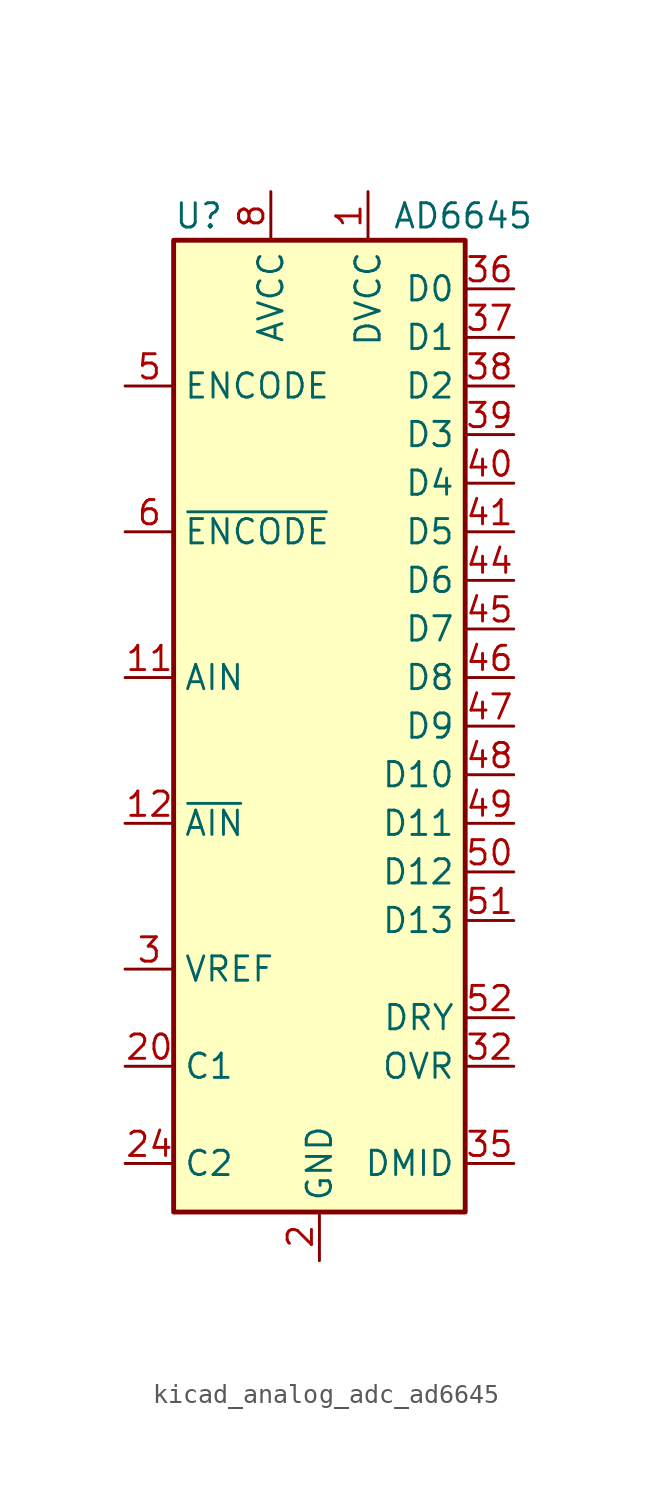
<source format=kicad_sym>
(kicad_symbol_lib
  (version 20220914)
  (generator kicad_symbol_editor)
  (symbol "kicad_analog_adc_ad6645"
    (property "Reference" "U"
      (at -7.62 26.67 0)
      (effects (font (size 1.27 1.27)) (justify left)))
    (property "Value" "AD6645"
      (at 3.81 26.67 0)
      (effects (font (size 1.27 1.27)) (justify left)))
    (symbol "kicad_analog_adc_ad6645_0_1"
      (rectangle (start -7.62 25.4) (end 7.62 -25.4) (stroke (width 0.254) (type default)) (fill (type background))))
    (symbol "kicad_analog_adc_ad6645_1_1"
      (pin power_in line (at 2.54 27.94 270) (length 2.54) (name "DVCC" (effects (font (size 1.27 1.27)))) (number "1" (effects (font (size 1.27 1.27)))))
      (pin passive line (at 0 -27.94 90) (length 2.54) hide (name "GND" (effects (font (size 1.27 1.27)))) (number "10" (effects (font (size 1.27 1.27)))))
      (pin input line (at -10.16 2.54 0) (length 2.54) (name "AIN" (effects (font (size 1.27 1.27)))) (number "11" (effects (font (size 1.27 1.27)))))
      (pin input line (at -10.16 -5.08 0) (length 2.54) (name "~{AIN}" (effects (font (size 1.27 1.27)))) (number "12" (effects (font (size 1.27 1.27)))))
      (pin passive line (at 0 -27.94 90) (length 2.54) hide (name "GND" (effects (font (size 1.27 1.27)))) (number "13" (effects (font (size 1.27 1.27)))))
      (pin passive line (at -2.54 27.94 270) (length 2.54) hide (name "AVCC" (effects (font (size 1.27 1.27)))) (number "14" (effects (font (size 1.27 1.27)))))
      (pin passive line (at 0 -27.94 90) (length 2.54) hide (name "GND" (effects (font (size 1.27 1.27)))) (number "15" (effects (font (size 1.27 1.27)))))
      (pin passive line (at -2.54 27.94 270) (length 2.54) hide (name "AVCC" (effects (font (size 1.27 1.27)))) (number "16" (effects (font (size 1.27 1.27)))))
      (pin passive line (at 0 -27.94 90) (length 2.54) hide (name "GND" (effects (font (size 1.27 1.27)))) (number "17" (effects (font (size 1.27 1.27)))))
      (pin passive line (at -2.54 27.94 270) (length 2.54) hide (name "AVCC" (effects (font (size 1.27 1.27)))) (number "18" (effects (font (size 1.27 1.27)))))
      (pin passive line (at 0 -27.94 90) (length 2.54) hide (name "GND" (effects (font (size 1.27 1.27)))) (number "19" (effects (font (size 1.27 1.27)))))
      (pin power_in line (at 0 -27.94 90) (length 2.54) (name "GND" (effects (font (size 1.27 1.27)))) (number "2" (effects (font (size 1.27 1.27)))))
      (pin passive line (at -10.16 -17.78 0) (length 2.54) (name "C1" (effects (font (size 1.27 1.27)))) (number "20" (effects (font (size 1.27 1.27)))))
      (pin passive line (at 0 -27.94 90) (length 2.54) hide (name "GND" (effects (font (size 1.27 1.27)))) (number "21" (effects (font (size 1.27 1.27)))))
      (pin passive line (at -2.54 27.94 270) (length 2.54) hide (name "AVCC" (effects (font (size 1.27 1.27)))) (number "22" (effects (font (size 1.27 1.27)))))
      (pin passive line (at 0 -27.94 90) (length 2.54) hide (name "GND" (effects (font (size 1.27 1.27)))) (number "23" (effects (font (size 1.27 1.27)))))
      (pin passive line (at -10.16 -22.86 0) (length 2.54) (name "C2" (effects (font (size 1.27 1.27)))) (number "24" (effects (font (size 1.27 1.27)))))
      (pin passive line (at 0 -27.94 90) (length 2.54) hide (name "GND" (effects (font (size 1.27 1.27)))) (number "25" (effects (font (size 1.27 1.27)))))
      (pin passive line (at -2.54 27.94 270) (length 2.54) hide (name "AVCC" (effects (font (size 1.27 1.27)))) (number "26" (effects (font (size 1.27 1.27)))))
      (pin passive line (at 0 -27.94 90) (length 2.54) hide (name "GND" (effects (font (size 1.27 1.27)))) (number "27" (effects (font (size 1.27 1.27)))))
      (pin passive line (at -2.54 27.94 270) (length 2.54) hide (name "AVCC" (effects (font (size 1.27 1.27)))) (number "28" (effects (font (size 1.27 1.27)))))
      (pin passive line (at 0 -27.94 90) (length 2.54) hide (name "GND" (effects (font (size 1.27 1.27)))) (number "29" (effects (font (size 1.27 1.27)))))
      (pin passive line (at -10.16 -12.7 0) (length 2.54) (name "VREF" (effects (font (size 1.27 1.27)))) (number "3" (effects (font (size 1.27 1.27)))))
      (pin passive line (at -2.54 27.94 270) (length 2.54) hide (name "AVCC" (effects (font (size 1.27 1.27)))) (number "30" (effects (font (size 1.27 1.27)))))
      (pin no_connect line (at 7.62 -12.7 180) (length 2.54) hide (name "DNC" (effects (font (size 1.27 1.27)))) (number "31" (effects (font (size 1.27 1.27)))))
      (pin output line (at 10.16 -17.78 180) (length 2.54) (name "OVR" (effects (font (size 1.27 1.27)))) (number "32" (effects (font (size 1.27 1.27)))))
      (pin passive line (at 2.54 27.94 270) (length 2.54) hide (name "DVCC" (effects (font (size 1.27 1.27)))) (number "33" (effects (font (size 1.27 1.27)))))
      (pin passive line (at 0 -27.94 90) (length 2.54) hide (name "GND" (effects (font (size 1.27 1.27)))) (number "34" (effects (font (size 1.27 1.27)))))
      (pin output line (at 10.16 -22.86 180) (length 2.54) (name "DMID" (effects (font (size 1.27 1.27)))) (number "35" (effects (font (size 1.27 1.27)))))
      (pin output line (at 10.16 22.86 180) (length 2.54) (name "D0" (effects (font (size 1.27 1.27)))) (number "36" (effects (font (size 1.27 1.27)))))
      (pin output line (at 10.16 20.32 180) (length 2.54) (name "D1" (effects (font (size 1.27 1.27)))) (number "37" (effects (font (size 1.27 1.27)))))
      (pin output line (at 10.16 17.78 180) (length 2.54) (name "D2" (effects (font (size 1.27 1.27)))) (number "38" (effects (font (size 1.27 1.27)))))
      (pin output line (at 10.16 15.24 180) (length 2.54) (name "D3" (effects (font (size 1.27 1.27)))) (number "39" (effects (font (size 1.27 1.27)))))
      (pin passive line (at 0 -27.94 90) (length 2.54) hide (name "GND" (effects (font (size 1.27 1.27)))) (number "4" (effects (font (size 1.27 1.27)))))
      (pin output line (at 10.16 12.7 180) (length 2.54) (name "D4" (effects (font (size 1.27 1.27)))) (number "40" (effects (font (size 1.27 1.27)))))
      (pin output line (at 10.16 10.16 180) (length 2.54) (name "D5" (effects (font (size 1.27 1.27)))) (number "41" (effects (font (size 1.27 1.27)))))
      (pin passive line (at 0 -27.94 90) (length 2.54) hide (name "GND" (effects (font (size 1.27 1.27)))) (number "42" (effects (font (size 1.27 1.27)))))
      (pin passive line (at 2.54 27.94 270) (length 2.54) hide (name "DVCC" (effects (font (size 1.27 1.27)))) (number "43" (effects (font (size 1.27 1.27)))))
      (pin output line (at 10.16 7.62 180) (length 2.54) (name "D6" (effects (font (size 1.27 1.27)))) (number "44" (effects (font (size 1.27 1.27)))))
      (pin output line (at 10.16 5.08 180) (length 2.54) (name "D7" (effects (font (size 1.27 1.27)))) (number "45" (effects (font (size 1.27 1.27)))))
      (pin output line (at 10.16 2.54 180) (length 2.54) (name "D8" (effects (font (size 1.27 1.27)))) (number "46" (effects (font (size 1.27 1.27)))))
      (pin output line (at 10.16 0 180) (length 2.54) (name "D9" (effects (font (size 1.27 1.27)))) (number "47" (effects (font (size 1.27 1.27)))))
      (pin output line (at 10.16 -2.54 180) (length 2.54) (name "D10" (effects (font (size 1.27 1.27)))) (number "48" (effects (font (size 1.27 1.27)))))
      (pin output line (at 10.16 -5.08 180) (length 2.54) (name "D11" (effects (font (size 1.27 1.27)))) (number "49" (effects (font (size 1.27 1.27)))))
      (pin input line (at -10.16 17.78 0) (length 2.54) (name "ENCODE" (effects (font (size 1.27 1.27)))) (number "5" (effects (font (size 1.27 1.27)))))
      (pin output line (at 10.16 -7.62 180) (length 2.54) (name "D12" (effects (font (size 1.27 1.27)))) (number "50" (effects (font (size 1.27 1.27)))))
      (pin output line (at 10.16 -10.16 180) (length 2.54) (name "D13" (effects (font (size 1.27 1.27)))) (number "51" (effects (font (size 1.27 1.27)))))
      (pin output line (at 10.16 -15.24 180) (length 2.54) (name "DRY" (effects (font (size 1.27 1.27)))) (number "52" (effects (font (size 1.27 1.27)))))
      (pin passive line (at 0 -27.94 90) (length 2.54) hide (name "GND" (effects (font (size 1.27 1.27)))) (number "53" (effects (font (size 1.27 1.27)))))
      (pin input line (at -10.16 10.16 0) (length 2.54) (name "~{ENCODE}" (effects (font (size 1.27 1.27)))) (number "6" (effects (font (size 1.27 1.27)))))
      (pin passive line (at 0 -27.94 90) (length 2.54) hide (name "GND" (effects (font (size 1.27 1.27)))) (number "7" (effects (font (size 1.27 1.27)))))
      (pin power_in line (at -2.54 27.94 270) (length 2.54) (name "AVCC" (effects (font (size 1.27 1.27)))) (number "8" (effects (font (size 1.27 1.27)))))
      (pin passive line (at -2.54 27.94 270) (length 2.54) hide (name "AVCC" (effects (font (size 1.27 1.27)))) (number "9" (effects (font (size 1.27 1.27))))))))
</source>
